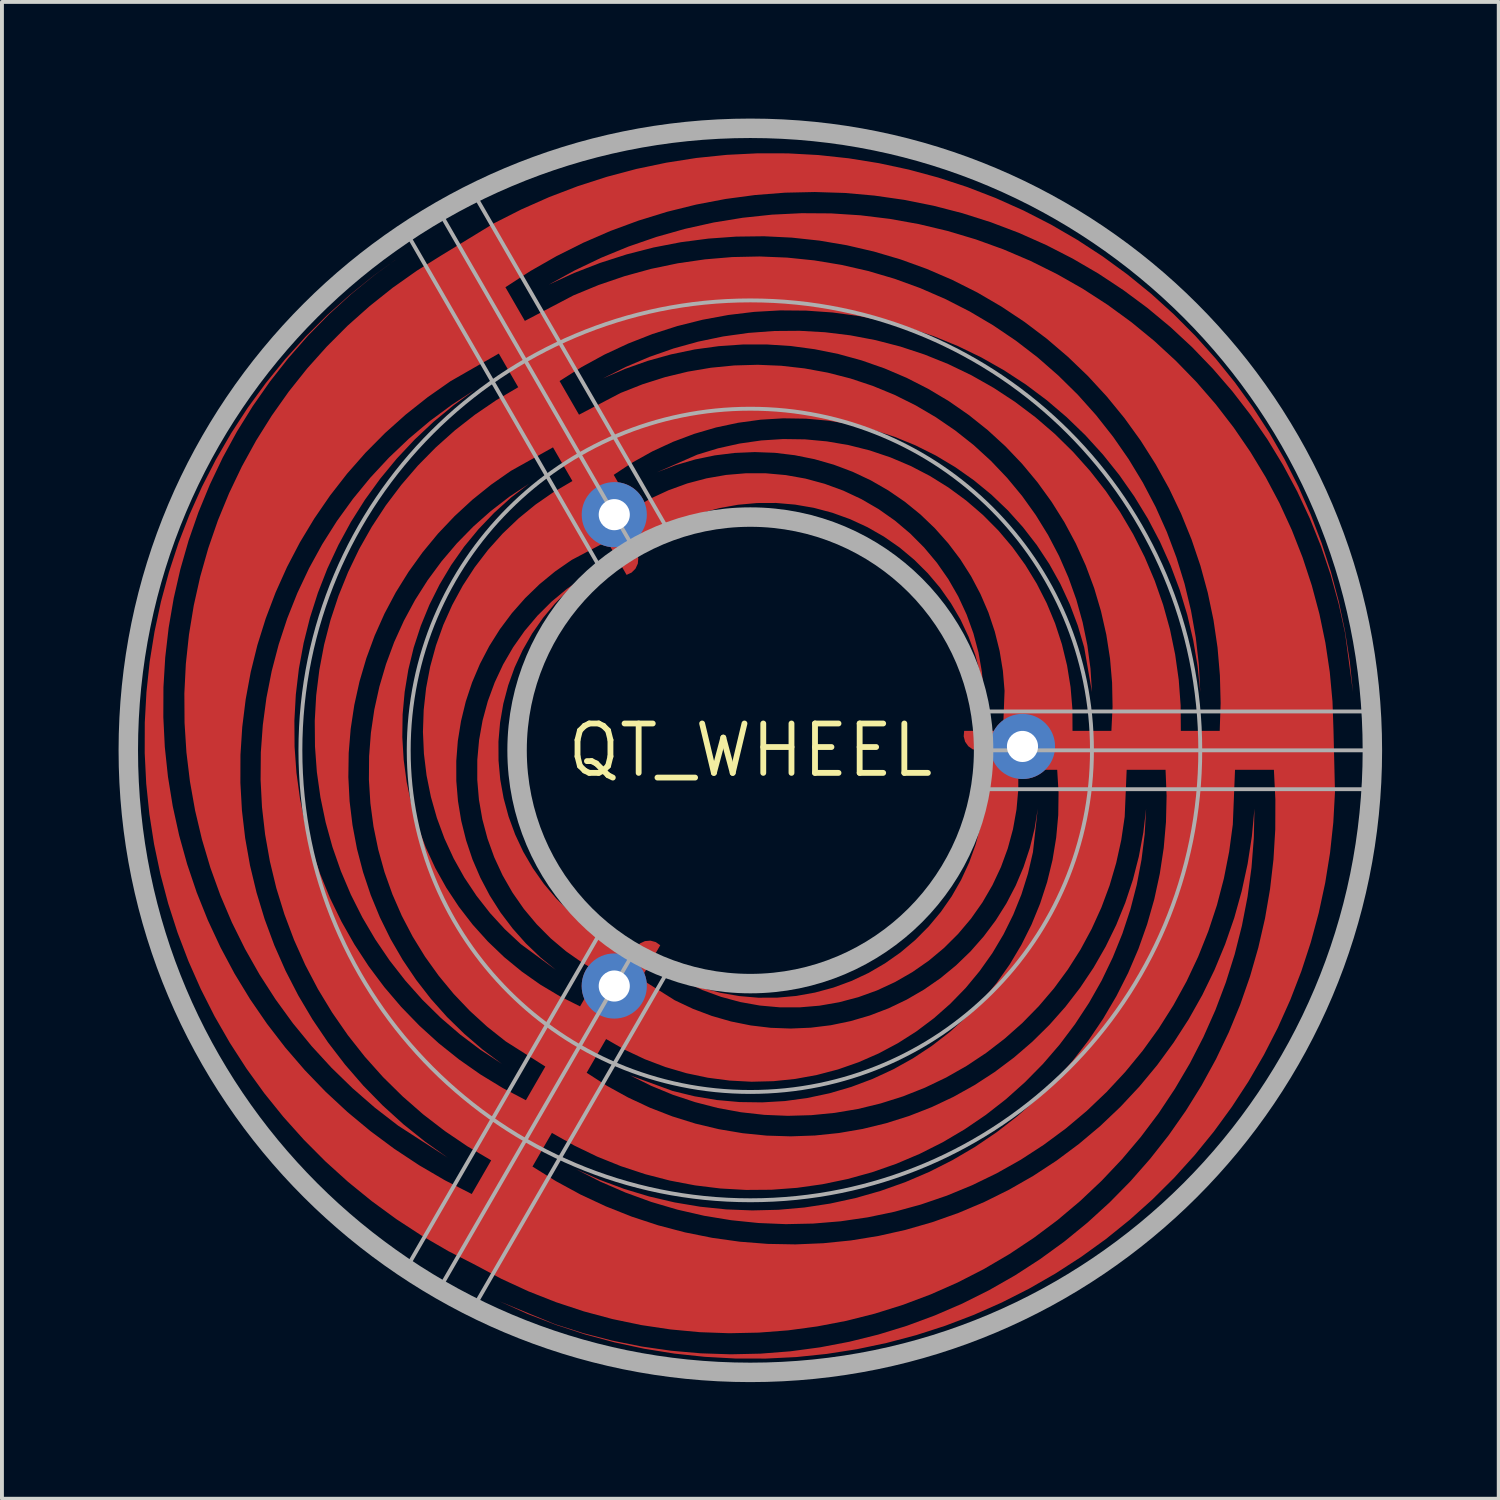
<source format=kicad_pcb>
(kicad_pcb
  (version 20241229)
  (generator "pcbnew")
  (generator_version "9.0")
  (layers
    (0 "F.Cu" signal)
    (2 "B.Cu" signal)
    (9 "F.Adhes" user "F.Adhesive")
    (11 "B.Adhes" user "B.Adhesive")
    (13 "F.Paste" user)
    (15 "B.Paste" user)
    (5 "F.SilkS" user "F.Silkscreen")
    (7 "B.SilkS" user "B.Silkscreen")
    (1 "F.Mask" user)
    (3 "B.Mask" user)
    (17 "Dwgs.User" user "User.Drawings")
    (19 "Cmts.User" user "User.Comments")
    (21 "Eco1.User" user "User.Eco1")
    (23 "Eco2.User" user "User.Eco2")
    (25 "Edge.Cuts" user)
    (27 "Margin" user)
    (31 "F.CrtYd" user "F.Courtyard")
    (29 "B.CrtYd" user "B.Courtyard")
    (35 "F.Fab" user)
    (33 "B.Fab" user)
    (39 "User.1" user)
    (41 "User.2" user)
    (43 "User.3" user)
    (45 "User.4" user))
  (footprint "QT_WHEEL"
    (layer "F.Cu")
    (at 16.25 16.25)
    (property "Reference" "QT_WHEEL" (at 0 0 0) (layer "F.SilkS") (effects (font (size 1.27 1.27) (thickness 0.15))))
    (attr through_hole)
    (fp_poly (pts (xy -3 -5.196) (xy -3 -5.196) (xy -2.599 -5.478) (xy -2.176 -5.725) (xy -1.732 -5.933) (xy -1.272 -6.102) (xy -0.799 -6.23) (xy -0.317 -6.317) (xy 0.171 -6.361) (xy 0.661 -6.363) (xy 1.149 -6.321) (xy 1.632 -6.238) (xy 2.106 -6.112) (xy 2.567 -5.946) (xy 3.012 -5.74) (xy 3.437 -5.497) (xy 3.839 -5.217) (xy 4.215 -4.903) (xy 4.563 -4.557) (xy 4.879 -4.183) (xy 5.161 -3.782) (xy 5.408 -3.359) (xy 5.616 -2.915) (xy 5.785 -2.455) (xy 5.913 -1.982) (xy 6 -1.5) (xy 6 -1.5) (xy 5.957 -2.011) (xy 5.869 -2.516) (xy 5.737 -3.011) (xy 5.563 -3.493) (xy 5.348 -3.958) (xy 5.093 -4.402) (xy 4.8 -4.823) (xy 4.471 -5.216) (xy 4.11 -5.579) (xy 3.718 -5.91) (xy 3.299 -6.205) (xy 2.856 -6.462) (xy 2.392 -6.68) (xy 1.911 -6.856) (xy 1.416 -6.99) (xy 0.911 -7.08) (xy 0.401 -7.126) (xy -0.111 -7.127) (xy -0.622 -7.084) (xy -1.127 -6.996) (xy -1.622 -6.865) (xy -2.104 -6.69) (xy -2.569 -6.475) (xy -3.014 -6.22) (xy -3.514 -7.086) (xy -3.514 -7.086) (xy -3.027 -7.407) (xy -2.518 -7.691) (xy -1.988 -7.936) (xy -1.442 -8.141) (xy -0.882 -8.305) (xy -0.312 -8.426) (xy 0.266 -8.505) (xy 0.848 -8.54) (xy 1.432 -8.531) (xy 2.012 -8.479) (xy 2.588 -8.383) (xy 3.155 -8.245) (xy 3.709 -8.065) (xy 4.249 -7.844) (xy 4.771 -7.583) (xy 5.271 -7.284) (xy 5.748 -6.948) (xy 6.199 -6.578) (xy 6.621 -6.175) (xy 7.011 -5.741) (xy 7.368 -5.28) (xy 7.689 -4.793) (xy 7.973 -4.284) (xy 8.218 -3.754) (xy 8.423 -3.208) (xy 8.587 -2.649) (xy 8.787 -1.5) (xy 8.787 -1.5) (xy 8.749 -2.103) (xy 8.669 -2.702) (xy 8.547 -3.294) (xy 8.385 -3.877) (xy 8.182 -4.446) (xy 7.94 -5) (xy 7.66 -5.535) (xy 7.343 -6.05) (xy 6.991 -6.542) (xy 6.606 -7.007) (xy 6.189 -7.445) (xy 5.743 -7.853) (xy 5.269 -8.228) (xy 4.77 -8.569) (xy 4.249 -8.875) (xy 3.708 -9.144) (xy 3.149 -9.374) (xy 2.575 -9.565) (xy 1.99 -9.715) (xy 1.395 -9.824) (xy 0.795 -9.892) (xy 0.191 -9.917) (xy -0.413 -9.9) (xy -1.015 -9.841) (xy -1.611 -9.74) (xy -2.198 -9.598) (xy -2.774 -9.415) (xy -3.336 -9.193) (xy -4.407 -8.633) (xy -4.907 -9.499) (xy -4.907 -9.499) (xy -4.34 -9.858) (xy -3.751 -10.18) (xy -3.143 -10.463) (xy -2.518 -10.708) (xy -1.878 -10.913) (xy -1.227 -11.076) (xy -0.568 -11.198) (xy 0.099 -11.278) (xy 0.769 -11.316) (xy 1.44 -11.31) (xy 2.11 -11.263) (xy 2.775 -11.173) (xy 3.433 -11.041) (xy 4.081 -10.867) (xy 4.717 -10.653) (xy 5.338 -10.399) (xy 5.942 -10.106) (xy 6.526 -9.775) (xy 7.088 -9.408) (xy 7.625 -9.006) (xy 8.136 -8.57) (xy 8.618 -8.104) (xy 9.07 -7.607) (xy 9.489 -7.083) (xy 9.874 -6.533) (xy 10.224 -5.96) (xy 10.536 -5.366) (xy 10.81 -4.754) (xy 11.045 -4.125) (xy 11.239 -3.483) (xy 11.392 -2.829) (xy 11.504 -2.168) (xy 11.573 -1.5) (xy 11.573 -1.5) (xy 11.537 -2.204) (xy 11.457 -2.904) (xy 11.334 -3.598) (xy 11.169 -4.284) (xy 10.961 -4.957) (xy 10.713 -5.617) (xy 10.425 -6.26) (xy 10.097 -6.885) (xy 9.732 -7.488) (xy 9.33 -8.067) (xy 8.894 -8.62) (xy 8.424 -9.146) (xy 7.922 -9.641) (xy 7.392 -10.105) (xy 6.833 -10.535) (xy 6.249 -10.93) (xy 5.642 -11.289) (xy 5.014 -11.609) (xy 4.368 -11.89) (xy 3.705 -12.131) (xy 3.029 -12.33) (xy 2.342 -12.487) (xy 1.647 -12.602) (xy 0.945 -12.674) (xy 0.241 -12.703) (xy -0.464 -12.688) (xy -1.166 -12.629) (xy -1.864 -12.528) (xy -2.554 -12.384) (xy -3.234 -12.197) (xy -3.901 -11.97) (xy -4.552 -11.701) (xy -5.8 -11.046) (xy -6.3 -11.912) (xy -6.3 -11.912) (xy -5.655 -12.33) (xy -4.987 -12.711) (xy -4.3 -13.055) (xy -3.595 -13.361) (xy -2.873 -13.627) (xy -2.139 -13.853) (xy -1.393 -14.038) (xy -0.638 -14.182) (xy 0.124 -14.284) (xy 0.891 -14.344) (xy 1.659 -14.361) (xy 2.427 -14.337) (xy 3.193 -14.269) (xy 3.954 -14.16) (xy 4.708 -14.009) (xy 5.452 -13.817) (xy 6.185 -13.584) (xy 6.903 -13.312) (xy 7.606 -12.999) (xy 8.29 -12.649) (xy 8.954 -12.262) (xy 9.595 -11.838) (xy 10.213 -11.38) (xy 10.804 -10.889) (xy 11.367 -10.366) (xy 11.9 -9.812) (xy 12.402 -9.23) (xy 12.872 -8.621) (xy 13.307 -7.988) (xy 13.706 -7.331) (xy 14.069 -6.653) (xy 14.394 -5.956) (xy 14.68 -5.243) (xy 14.926 -4.515) (xy 15.131 -3.774) (xy 15.296 -3.023) (xy 15.5 -1.5) (xy 15.5 -1.5) (xy 15.42 -2.281) (xy 15.298 -3.058) (xy 15.137 -3.826) (xy 14.935 -4.586) (xy 14.694 -5.333) (xy 14.414 -6.067) (xy 14.096 -6.786) (xy 13.741 -7.486) (xy 13.35 -8.168) (xy 12.923 -8.827) (xy 12.463 -9.464) (xy 11.97 -10.075) (xy 11.446 -10.66) (xy 10.891 -11.217) (xy 10.309 -11.744) (xy 9.699 -12.24) (xy 9.065 -12.703) (xy 8.407 -13.132) (xy 7.727 -13.527) (xy 7.028 -13.885) (xy 6.311 -14.206) (xy 5.579 -14.489) (xy 4.832 -14.733) (xy 4.074 -14.938) (xy 3.306 -15.103) (xy 2.53 -15.228) (xy 1.749 -15.312) (xy 0.965 -15.355) (xy 0.179 -15.356) (xy -0.606 -15.317) (xy -1.387 -15.237) (xy -2.163 -15.115) (xy -2.932 -14.954) (xy -3.691 -14.752) (xy -4.439 -14.511) (xy -5.173 -14.231) (xy -5.891 -13.913) (xy -6.592 -13.558) (xy -7.933 -12.74) (xy -8.577 -12.338) (xy -9.196 -11.901) (xy -9.79 -11.428) (xy -10.357 -10.924) (xy -10.893 -10.387) (xy -11.399 -9.822) (xy -11.872 -9.228) (xy -12.31 -8.609) (xy -12.713 -7.966) (xy -13.079 -7.301) (xy -13.406 -6.617) (xy -13.695 -5.915) (xy -13.943 -5.198) (xy -14.15 -4.468) (xy -14.316 -3.727) (xy -14.439 -2.979) (xy -14.52 -2.224) (xy -14.558 -1.466) (xy -14.553 -0.708) (xy -14.505 0.05) (xy -14.414 0.803) (xy -14.281 1.55) (xy -14.106 2.288) (xy -13.89 3.015) (xy -13.632 3.729) (xy -13.335 4.427) (xy -12.998 5.107) (xy -12.624 5.767) (xy -12.213 6.405) (xy -11.767 7.019) (xy -11.286 7.606) (xy -10.773 8.165) (xy -10.229 8.694) (xy -9.657 9.192) (xy -9.056 9.656) (xy -7.782 10.479) (xy -8.366 10.065) (xy -8.925 9.617) (xy -9.455 9.136) (xy -9.956 8.624) (xy -10.425 8.083) (xy -10.861 7.515) (xy -11.262 6.922) (xy -11.627 6.306) (xy -11.955 5.67) (xy -12.244 5.015) (xy -12.493 4.343) (xy -12.701 3.659) (xy -12.869 2.962) (xy -12.994 2.257) (xy -13.077 1.546) (xy -13.117 0.831) (xy -13.115 0.116) (xy -13.069 -0.599) (xy -12.981 -1.31) (xy -12.851 -2.014) (xy -12.679 -2.709) (xy -12.465 -3.392) (xy -12.211 -4.061) (xy -11.918 -4.714) (xy -11.586 -5.349) (xy -11.216 -5.962) (xy -10.811 -6.552) (xy -10.371 -7.117) (xy -9.898 -7.655) (xy -9.394 -8.163) (xy -8.86 -8.64) (xy -8.299 -9.084) (xy -7.712 -9.495) (xy -6.47 -10.206) (xy -5.97 -9.34) (xy -5.97 -9.34) (xy -6.537 -9.006) (xy -7.08 -8.636) (xy -7.599 -8.231) (xy -8.089 -7.793) (xy -8.551 -7.324) (xy -8.98 -6.825) (xy -9.376 -6.3) (xy -9.737 -5.75) (xy -10.061 -5.178) (xy -10.346 -4.585) (xy -10.593 -3.975) (xy -10.799 -3.351) (xy -10.964 -2.714) (xy -11.086 -2.068) (xy -11.167 -1.415) (xy -11.204 -0.758) (xy -11.198 -0.1) (xy -11.15 0.556) (xy -11.058 1.207) (xy -10.924 1.851) (xy -10.749 2.485) (xy -10.532 3.106) (xy -10.275 3.712) (xy -9.979 4.299) (xy -9.645 4.866) (xy -9.275 5.41) (xy -8.87 5.928) (xy -8.432 6.419) (xy -7.963 6.88) (xy -7.464 7.309) (xy -6.939 7.705) (xy -6.389 8.066) (xy -6.389 8.066) (xy -6.887 7.696) (xy -7.358 7.292) (xy -7.802 6.858) (xy -8.215 6.395) (xy -8.595 5.905) (xy -8.942 5.39) (xy -9.254 4.853) (xy -9.528 4.296) (xy -9.764 3.723) (xy -9.961 3.134) (xy -10.118 2.534) (xy -10.233 1.924) (xy -10.308 1.308) (xy -10.34 0.688) (xy -10.331 0.068) (xy -10.28 -0.551) (xy -10.187 -1.165) (xy -10.053 -1.77) (xy -9.878 -2.366) (xy -9.664 -2.948) (xy -9.411 -3.515) (xy -9.12 -4.063) (xy -8.792 -4.59) (xy -8.43 -5.094) (xy -8.035 -5.573) (xy -7.608 -6.023) (xy -7.152 -6.444) (xy -6.668 -6.833) (xy -6.16 -7.188) (xy -5.076 -7.793) (xy -4.576 -6.926) (xy -4.576 -6.927) (xy -5.063 -6.642) (xy -5.526 -6.321) (xy -5.962 -5.965) (xy -6.37 -5.576) (xy -6.747 -5.156) (xy -7.089 -4.709) (xy -7.397 -4.236) (xy -7.666 -3.742) (xy -7.897 -3.227) (xy -8.086 -2.697) (xy -8.235 -2.153) (xy -8.34 -1.599) (xy -8.402 -1.039) (xy -8.421 -0.476) (xy -8.396 0.087) (xy -8.328 0.646) (xy -8.216 1.199) (xy -8.062 1.741) (xy -7.867 2.269) (xy -7.631 2.781) (xy -7.356 3.273) (xy -7.043 3.742) (xy -6.696 4.185) (xy -6.315 4.601) (xy -5.903 4.985) (xy -4.996 5.653) (xy -4.996 5.653) (xy -5.397 5.327) (xy -5.77 4.97) (xy -6.113 4.584) (xy -6.425 4.172) (xy -6.702 3.736) (xy -6.943 3.279) (xy -7.147 2.805) (xy -7.311 2.315) (xy -7.436 1.814) (xy -7.52 1.304) (xy -7.563 0.789) (xy -7.564 0.273) (xy -7.524 -0.242) (xy -7.442 -0.752) (xy -7.32 -1.254) (xy -7.158 -1.744) (xy -6.956 -2.22) (xy -6.717 -2.678) (xy -6.442 -3.115) (xy -6.133 -3.529) (xy -5.791 -3.916) (xy -5.42 -4.275) (xy -5.02 -4.603) (xy -4.596 -4.897) (xy -3.683 -5.379) (xy -3.183 -4.513) (xy -3.183 -4.513) (xy -3.054 -4.573) (xy -2.954 -4.673) (xy -2.894 -4.802) (xy -2.882 -4.943)) (stroke (width 0) (type solid)) (fill yes) (layer "F.Cu"))
    (fp_poly (pts (xy 6 0) (xy 6 -0.000002) (xy 6.044 0.488) (xy 6.046 0.978) (xy 6.004 1.466) (xy 5.921 1.949) (xy 5.795 2.423) (xy 5.629 2.884) (xy 5.423 3.329) (xy 5.18 3.754) (xy 4.9 4.156) (xy 4.586 4.532) (xy 4.24 4.88) (xy 3.866 5.196) (xy 3.465 5.478) (xy 3.042 5.725) (xy 2.598 5.933) (xy 2.138 6.102) (xy 1.665 6.23) (xy 1.183 6.317) (xy 0.695 6.361) (xy 0.205 6.363) (xy -0.283 6.321) (xy -0.766 6.238) (xy -1.24 6.112) (xy -1.701 5.946) (xy -1.701 5.946) (xy -1.237 6.164) (xy -0.756 6.34) (xy -0.261 6.474) (xy 0.243 6.564) (xy 0.754 6.61) (xy 1.266 6.611) (xy 1.777 6.568) (xy 2.282 6.48) (xy 2.777 6.349) (xy 3.259 6.175) (xy 3.724 5.959) (xy 4.168 5.704) (xy 4.589 5.411) (xy 4.982 5.083) (xy 5.345 4.721) (xy 5.676 4.329) (xy 5.971 3.91) (xy 6.228 3.467) (xy 6.446 3.003) (xy 6.622 2.522) (xy 6.756 2.027) (xy 6.846 1.523) (xy 6.892 1.012) (xy 6.893 0.5) (xy 7.893 0.5) (xy 7.893 0.5) (xy 7.928 1.082) (xy 7.92 1.665) (xy 7.867 2.246) (xy 7.772 2.822) (xy 7.634 3.388) (xy 7.453 3.943) (xy 7.232 4.483) (xy 6.971 5.005) (xy 6.672 5.505) (xy 6.337 5.982) (xy 5.966 6.433) (xy 5.563 6.854) (xy 5.13 7.245) (xy 4.668 7.602) (xy 4.182 7.923) (xy 3.672 8.207) (xy 3.143 8.452) (xy 2.597 8.657) (xy 2.037 8.821) (xy 1.467 8.942) (xy 0.889 9.021) (xy 0.306 9.055) (xy -0.277 9.047) (xy -0.858 8.995) (xy -1.433 8.899) (xy -2 8.761) (xy -3.094 8.36) (xy -3.094 8.36) (xy -2.553 8.628) (xy -1.994 8.859) (xy -1.421 9.049) (xy -0.835 9.2) (xy -0.241 9.309) (xy 0.36 9.376) (xy 0.964 9.401) (xy 1.568 9.384) (xy 2.17 9.325) (xy 2.766 9.225) (xy 3.353 9.082) (xy 3.929 8.9) (xy 4.491 8.677) (xy 5.036 8.416) (xy 5.562 8.117) (xy 6.065 7.783) (xy 6.544 7.414) (xy 6.996 7.013) (xy 7.419 6.581) (xy 7.811 6.121) (xy 8.169 5.634) (xy 8.493 5.124) (xy 8.78 4.592) (xy 9.03 4.042) (xy 9.241 3.475) (xy 9.411 2.895) (xy 9.541 2.305) (xy 9.629 1.707) (xy 9.68 0.5) (xy 10.68 0.5) (xy 10.707 1.171) (xy 10.691 1.842) (xy 10.633 2.51) (xy 10.532 3.174) (xy 10.39 3.83) (xy 10.206 4.475) (xy 9.982 5.108) (xy 9.718 5.725) (xy 9.415 6.324) (xy 9.075 6.902) (xy 8.699 7.458) (xy 8.289 7.989) (xy 7.845 8.493) (xy 7.371 8.968) (xy 6.867 9.411) (xy 6.337 9.822) (xy 5.781 10.199) (xy 5.202 10.539) (xy 4.604 10.842) (xy 3.987 11.106) (xy 3.354 11.331) (xy 2.709 11.515) (xy 2.053 11.658) (xy 1.39 11.759) (xy 0.721 11.818) (xy 0.05 11.834) (xy -0.62 11.808) (xy -1.288 11.739) (xy -1.95 11.628) (xy -2.603 11.475) (xy -3.246 11.281) (xy -3.875 11.047) (xy -4.488 10.773) (xy -3.86 11.093) (xy -3.213 11.374) (xy -2.551 11.615) (xy -1.875 11.814) (xy -1.187 11.972) (xy -0.492 12.086) (xy 0.209 12.158) (xy 0.914 12.187) (xy 1.618 12.172) (xy 2.321 12.114) (xy 3.019 12.012) (xy 3.709 11.868) (xy 4.388 11.682) (xy 5.055 11.454) (xy 5.707 11.185) (xy 6.341 10.877) (xy 6.955 10.531) (xy 7.546 10.147) (xy 8.113 9.728) (xy 8.653 9.274) (xy 9.163 8.788) (xy 9.643 8.272) (xy 10.091 7.727) (xy 10.503 7.156) (xy 10.88 6.56) (xy 11.22 5.942) (xy 11.52 5.305) (xy 11.781 4.65) (xy 12.002 3.98) (xy 12.18 3.298) (xy 12.316 2.607) (xy 12.41 1.908) (xy 12.467 0.5) (xy 13.467 0.5) (xy 13.505 1.268) (xy 13.502 2.036) (xy 13.456 2.804) (xy 13.368 3.567) (xy 13.238 4.325) (xy 13.066 5.074) (xy 12.854 5.813) (xy 12.601 6.539) (xy 12.308 7.25) (xy 11.977 7.943) (xy 11.608 8.617) (xy 11.202 9.27) (xy 10.761 9.9) (xy 10.286 10.504) (xy 9.779 11.082) (xy 9.24 11.63) (xy 8.672 12.148) (xy 8.077 12.634) (xy 7.455 13.086) (xy 6.81 13.504) (xy 6.142 13.885) (xy 5.455 14.229) (xy 4.749 14.534) (xy 4.028 14.801) (xy 3.293 15.027) (xy 2.547 15.212) (xy 1.792 15.356) (xy 1.03 15.458) (xy 0.264 15.518) (xy -0.504 15.535) (xy -1.273 15.51) (xy -2.038 15.443) (xy -2.799 15.334) (xy -3.553 15.183) (xy -4.297 14.991) (xy -5.03 14.758) (xy -6.451 14.173) (xy -6.451 14.173) (xy -5.734 14.495) (xy -5.001 14.778) (xy -4.255 15.022) (xy -3.496 15.227) (xy -2.728 15.392) (xy -1.953 15.517) (xy -1.172 15.6) (xy -0.387 15.643) (xy 0.398 15.645) (xy 1.183 15.606) (xy 1.964 15.525) (xy 2.741 15.404) (xy 3.509 15.242) (xy 4.269 15.041) (xy 5.016 14.8) (xy 5.75 14.52) (xy 6.469 14.202) (xy 7.169 13.847) (xy 7.851 13.455) (xy 8.51 13.029) (xy 9.147 12.569) (xy 9.758 12.076) (xy 10.343 11.551) (xy 10.9 10.997) (xy 11.427 10.414) (xy 11.923 9.805) (xy 12.386 9.17) (xy 12.815 8.513) (xy 13.21 7.833) (xy 13.568 7.134) (xy 13.889 6.417) (xy 14.172 5.684) (xy 14.416 4.938) (xy 14.621 4.179) (xy 14.786 3.411) (xy 14.911 2.636) (xy 14.995 1.855) (xy 15.038 1.07) (xy 15 -0.5) (xy 15 -0.5) (xy 14.974 -1.258) (xy 14.904 -2.014) (xy 14.792 -2.764) (xy 14.638 -3.507) (xy 14.442 -4.24) (xy 14.205 -4.961) (xy 13.928 -5.667) (xy 13.611 -6.357) (xy 13.255 -7.027) (xy 12.862 -7.676) (xy 12.433 -8.302) (xy 11.97 -8.903) (xy 11.473 -9.476) (xy 10.944 -10.02) (xy 10.386 -10.534) (xy 9.799 -11.015) (xy 9.186 -11.462) (xy 8.549 -11.874) (xy 7.889 -12.249) (xy 7.21 -12.587) (xy 6.512 -12.885) (xy 5.798 -13.143) (xy 5.071 -13.36) (xy 4.333 -13.536) (xy 3.587 -13.67) (xy 2.833 -13.762) (xy 2.076 -13.811) (xy 1.317 -13.816) (xy 0.559 -13.779) (xy -0.195 -13.699) (xy -0.944 -13.577) (xy -1.685 -13.412) (xy -2.415 -13.206) (xy -3.132 -12.959) (xy -3.834 -12.671) (xy -4.519 -12.344) (xy -5.184 -11.979) (xy -5.184 -11.979) (xy -4.534 -12.278) (xy -3.866 -12.537) (xy -3.184 -12.756) (xy -2.491 -12.934) (xy -1.788 -13.07) (xy -1.078 -13.163) (xy -0.364 -13.214) (xy 0.352 -13.223) (xy 1.067 -13.188) (xy 1.779 -13.111) (xy 2.485 -12.991) (xy 3.182 -12.829) (xy 3.869 -12.626) (xy 4.542 -12.382) (xy 5.199 -12.098) (xy 5.839 -11.776) (xy 6.457 -11.415) (xy 7.053 -11.019) (xy 7.625 -10.587) (xy 8.169 -10.122) (xy 8.685 -9.626) (xy 9.17 -9.099) (xy 9.623 -8.545) (xy 10.042 -7.964) (xy 10.425 -7.359) (xy 10.772 -6.733) (xy 11.08 -6.086) (xy 11.349 -5.423) (xy 11.578 -4.745) (xy 11.766 -4.054) (xy 11.913 -3.353) (xy 12.017 -2.645) (xy 12.078 -1.931) (xy 12.097 -1.216) (xy 12.073 -0.5) (xy 11.073 -0.5) (xy 11.073 -0.5) (xy 11.068 -1.158) (xy 11.019 -1.814) (xy 10.927 -2.465) (xy 10.794 -3.109) (xy 10.618 -3.743) (xy 10.401 -4.364) (xy 10.144 -4.97) (xy 9.848 -5.557) (xy 9.514 -6.124) (xy 9.144 -6.668) (xy 8.739 -7.186) (xy 8.301 -7.677) (xy 7.832 -8.138) (xy 7.334 -8.567) (xy 6.808 -8.963) (xy 6.258 -9.324) (xy 5.686 -9.648) (xy 5.093 -9.934) (xy 4.483 -10.18) (xy 3.859 -10.386) (xy 3.222 -10.551) (xy 2.576 -10.674) (xy 1.923 -10.754) (xy 1.266 -10.791) (xy 0.608 -10.786) (xy -0.048 -10.737) (xy -0.699 -10.646) (xy -1.343 -10.512) (xy -1.977 -10.336) (xy -2.598 -10.119) (xy -3.204 -9.862) (xy -3.791 -9.566) (xy -3.791 -9.566) (xy -3.221 -9.812) (xy -2.636 -10.019) (xy -2.038 -10.185) (xy -1.431 -10.312) (xy -0.816 -10.396) (xy -0.197 -10.439) (xy 0.424 -10.44) (xy 1.043 -10.4) (xy 1.658 -10.317) (xy 2.266 -10.194) (xy 2.865 -10.029) (xy 3.451 -9.824) (xy 4.021 -9.581) (xy 4.574 -9.299) (xy 5.107 -8.981) (xy 5.617 -8.627) (xy 6.102 -8.24) (xy 6.56 -7.821) (xy 6.988 -7.372) (xy 7.385 -6.895) (xy 7.749 -6.392) (xy 8.079 -5.866) (xy 8.372 -5.319) (xy 8.627 -4.754) (xy 8.844 -4.172) (xy 9.02 -3.577) (xy 9.157 -2.972) (xy 9.252 -2.359) (xy 9.305 -1.74) (xy 9.317 -1.12) (xy 9.287 -0.5) (xy 8.287 -0.5) (xy 8.284 -1.064) (xy 8.237 -1.625) (xy 8.147 -2.181) (xy 8.014 -2.729) (xy 7.839 -3.265) (xy 7.623 -3.785) (xy 7.367 -4.287) (xy 7.073 -4.768) (xy 6.743 -5.225) (xy 6.379 -5.655) (xy 5.982 -6.055) (xy 5.555 -6.423) (xy 5.101 -6.757) (xy 4.623 -7.055) (xy 4.123 -7.315) (xy 3.604 -7.535) (xy 3.07 -7.715) (xy 2.524 -7.852) (xy 1.968 -7.947) (xy 1.407 -7.999) (xy 0.843 -8.007) (xy 0.281 -7.971) (xy -0.277 -7.891) (xy -0.827 -7.769) (xy -1.366 -7.605) (xy -2.398 -7.153) (xy -1.915 -7.337) (xy -1.419 -7.482) (xy -0.913 -7.587) (xy -0.401 -7.65) (xy 0.115 -7.672) (xy 0.632 -7.653) (xy 1.144 -7.591) (xy 1.651 -7.489) (xy 2.147 -7.347) (xy 2.631 -7.165) (xy 3.098 -6.945) (xy 3.546 -6.687) (xy 3.972 -6.395) (xy 4.373 -6.069) (xy 4.746 -5.712) (xy 5.089 -5.326) (xy 5.401 -4.914) (xy 5.678 -4.478) (xy 5.919 -4.021) (xy 6.123 -3.547) (xy 6.287 -3.057) (xy 6.412 -2.556) (xy 6.496 -2.046) (xy 6.539 -1.532) (xy 6.5 -0.5) (xy 5.5 -0.5) (xy 5.5 -0.5) (xy 5.488 -0.359) (xy 5.524 -0.222) (xy 5.606 -0.106) (xy 5.722 -0.024)) (stroke (width 0) (type solid)) (fill yes) (layer "F.Cu"))
    (fp_poly (pts (xy -3 5.196) (xy -3 5.196) (xy -3.445 4.99) (xy -3.87 4.747) (xy -4.272 4.467) (xy -4.649 4.153) (xy -4.996 3.807) (xy -5.312 3.433) (xy -5.594 3.032) (xy -5.841 2.609) (xy -6.049 2.165) (xy -6.218 1.705) (xy -6.346 1.232) (xy -6.433 0.75) (xy -6.477 0.262) (xy -6.479 -0.228) (xy -6.437 -0.716) (xy -6.354 -1.199) (xy -6.228 -1.673) (xy -6.062 -2.134) (xy -5.856 -2.579) (xy -5.613 -3.004) (xy -5.333 -3.406) (xy -5.019 -3.783) (xy -4.673 -4.13) (xy -4.299 -4.446) (xy -4.299 -4.446) (xy -4.719 -4.153) (xy -5.113 -3.825) (xy -5.476 -3.463) (xy -5.806 -3.072) (xy -6.101 -2.652) (xy -6.359 -2.209) (xy -6.576 -1.745) (xy -6.753 -1.264) (xy -6.887 -0.77) (xy -6.977 -0.265) (xy -7.023 0.245) (xy -7.024 0.758) (xy -6.981 1.268) (xy -6.893 1.773) (xy -6.761 2.269) (xy -6.587 2.751) (xy -6.372 3.216) (xy -6.117 3.66) (xy -5.824 4.081) (xy -5.495 4.474) (xy -5.134 4.837) (xy -4.742 5.168) (xy -4.323 5.462) (xy -3.88 5.72) (xy -4.38 6.586) (xy -4.901 6.325) (xy -5.402 6.026) (xy -5.879 5.69) (xy -6.33 5.32) (xy -6.751 4.917) (xy -7.142 4.483) (xy -7.498 4.022) (xy -7.82 3.535) (xy -8.104 3.026) (xy -8.349 2.497) (xy -8.554 1.95) (xy -8.718 1.391) (xy -8.839 0.82) (xy -8.917 0.242) (xy -8.952 -0.34) (xy -8.944 -0.923) (xy -8.891 -1.504) (xy -8.796 -2.08) (xy -8.658 -2.646) (xy -8.477 -3.201) (xy -8.256 -3.741) (xy -7.995 -4.262) (xy -7.696 -4.763) (xy -7.361 -5.24) (xy -6.99 -5.691) (xy -6.587 -6.112) (xy -6.154 -6.503) (xy -5.692 -6.859) (xy -6.196 -6.525) (xy -6.675 -6.156) (xy -7.127 -5.755) (xy -7.55 -5.323) (xy -7.941 -4.863) (xy -8.3 -4.376) (xy -8.624 -3.866) (xy -8.911 -3.334) (xy -9.161 -2.784) (xy -9.371 -2.217) (xy -9.542 -1.637) (xy -9.672 -1.047) (xy -9.76 -0.449) (xy -9.806 0.153) (xy -9.811 0.758) (xy -9.773 1.361) (xy -9.693 1.96) (xy -9.571 2.552) (xy -9.409 3.134) (xy -9.206 3.704) (xy -8.964 4.258) (xy -8.684 4.793) (xy -8.367 5.308) (xy -8.015 5.799) (xy -7.63 6.265) (xy -7.213 6.703) (xy -6.767 7.11) (xy -6.293 7.486) (xy -5.273 8.133) (xy -5.773 8.999) (xy -5.773 8.999) (xy -6.367 8.687) (xy -6.94 8.338) (xy -7.49 7.953) (xy -8.015 7.534) (xy -8.511 7.083) (xy -8.979 6.601) (xy -9.414 6.091) (xy -9.817 5.553) (xy -10.184 4.992) (xy -10.515 4.408) (xy -10.809 3.805) (xy -11.063 3.184) (xy -11.278 2.548) (xy -11.452 1.899) (xy -11.584 1.241) (xy -11.675 0.576) (xy -11.723 -0.093) (xy -11.728 -0.764) (xy -11.691 -1.434) (xy -11.612 -2.101) (xy -11.49 -2.761) (xy -11.327 -3.412) (xy -11.123 -4.051) (xy -10.879 -4.676) (xy -10.595 -5.284) (xy -10.274 -5.874) (xy -9.916 -6.441) (xy -9.522 -6.985) (xy -9.095 -7.503) (xy -8.636 -7.992) (xy -8.147 -8.452) (xy -7.629 -8.879) (xy -7.086 -9.273) (xy -7.086 -9.273) (xy -7.677 -8.889) (xy -8.244 -8.47) (xy -8.783 -8.016) (xy -9.294 -7.53) (xy -9.774 -7.014) (xy -10.221 -6.469) (xy -10.634 -5.898) (xy -11.011 -5.302) (xy -11.35 -4.684) (xy -11.651 -4.047) (xy -11.912 -3.392) (xy -12.132 -2.722) (xy -12.311 -2.04) (xy -12.447 -1.349) (xy -12.54 -0.65) (xy -12.591 0.053) (xy -12.597 0.758) (xy -12.561 1.462) (xy -12.481 2.162) (xy -12.358 2.856) (xy -12.193 3.542) (xy -11.985 4.215) (xy -11.737 4.875) (xy -11.449 5.518) (xy -11.121 6.143) (xy -10.756 6.745) (xy -10.354 7.325) (xy -9.918 7.878) (xy -9.448 8.404) (xy -8.946 8.899) (xy -8.416 9.363) (xy -7.857 9.793) (xy -7.273 10.188) (xy -6.666 10.546) (xy -7.166 11.412) (xy -7.166 11.412) (xy -7.851 11.062) (xy -8.514 10.675) (xy -9.156 10.251) (xy -9.773 9.793) (xy -10.364 9.302) (xy -10.927 8.779) (xy -11.461 8.225) (xy -11.963 7.643) (xy -12.432 7.034) (xy -12.867 6.401) (xy -13.267 5.744) (xy -13.629 5.066) (xy -13.954 4.369) (xy -14.24 3.656) (xy -14.486 2.928) (xy -14.692 2.187) (xy -14.857 1.436) (xy -14.98 0.677) (xy -15.061 -0.087) (xy -15.099 -0.855) (xy -15.096 -1.623) (xy -15.05 -2.391) (xy -14.962 -3.154) (xy -14.832 -3.912) (xy -14.66 -4.661) (xy -14.448 -5.4) (xy -14.195 -6.126) (xy -13.902 -6.836) (xy -13.571 -7.53) (xy -13.202 -8.204) (xy -12.796 -8.857) (xy -12.355 -9.487) (xy -11.88 -10.091) (xy -11.373 -10.669) (xy -10.834 -11.217) (xy -10.266 -11.735) (xy -9.67 -12.221) (xy -9.049 -12.673) (xy -9.686 -12.213) (xy -10.297 -11.72) (xy -10.882 -11.196) (xy -11.439 -10.641) (xy -11.966 -10.059) (xy -12.461 -9.449) (xy -12.925 -8.815) (xy -13.354 -8.157) (xy -13.748 -7.477) (xy -14.106 -6.778) (xy -14.427 -6.061) (xy -14.711 -5.329) (xy -14.955 -4.582) (xy -15.16 -3.824) (xy -15.325 -3.056) (xy -15.45 -2.28) (xy -15.533 -1.499) (xy -15.576 -0.715) (xy -15.578 0.071) (xy -15.539 0.856) (xy -15.458 1.637) (xy -15.337 2.413) (xy -15.175 3.182) (xy -14.974 3.941) (xy -14.733 4.689) (xy -14.453 5.423) (xy -14.135 6.141) (xy -13.78 6.842) (xy -13.388 7.523) (xy -12.962 8.183) (xy -12.502 8.82) (xy -12.009 9.431) (xy -11.484 10.016) (xy -10.93 10.573) (xy -10.347 11.1) (xy -9.738 11.595) (xy -9.104 12.059) (xy -8.446 12.488) (xy -7.766 12.882) (xy -7.067 13.24) (xy -7.067 13.24) (xy -6.397 13.597) (xy -5.708 13.915) (xy -5.002 14.193) (xy -4.282 14.431) (xy -3.549 14.628) (xy -2.806 14.783) (xy -2.056 14.895) (xy -1.3 14.966) (xy -0.542 14.993) (xy 0.217 14.977) (xy 0.973 14.919) (xy 1.725 14.817) (xy 2.47 14.674) (xy 3.206 14.488) (xy 3.93 14.261) (xy 4.64 13.994) (xy 5.334 13.687) (xy 6.009 13.341) (xy 6.664 12.957) (xy 7.295 12.537) (xy 7.903 12.082) (xy 8.483 11.593) (xy 9.035 11.072) (xy 9.556 10.521) (xy 10.046 9.941) (xy 10.502 9.335) (xy 10.922 8.703) (xy 11.307 8.049) (xy 11.654 7.374) (xy 11.962 6.681) (xy 12.23 5.971) (xy 12.458 5.247) (xy 12.644 4.512) (xy 12.789 3.767) (xy 12.891 3.015) (xy 12.95 2.259) (xy 12.967 1.5) (xy 12.967 1.5) (xy 12.9 2.213) (xy 12.791 2.92) (xy 12.639 3.62) (xy 12.447 4.31) (xy 12.213 4.986) (xy 11.939 5.648) (xy 11.626 6.292) (xy 11.275 6.916) (xy 10.887 7.518) (xy 10.465 8.096) (xy 10.008 8.647) (xy 9.519 9.17) (xy 9 9.663) (xy 8.452 10.124) (xy 7.878 10.552) (xy 7.279 10.944) (xy 6.657 11.3) (xy 6.016 11.618) (xy 5.357 11.897) (xy 4.682 12.136) (xy 3.994 12.334) (xy 3.295 12.491) (xy 2.588 12.606) (xy 1.876 12.678) (xy 1.161 12.708) (xy 0.445 12.695) (xy -0.269 12.639) (xy -0.978 12.54) (xy -1.68 12.399) (xy -2.372 12.217) (xy -3.053 11.993) (xy -3.718 11.729) (xy -4.367 11.426) (xy -4.996 11.084) (xy -5.604 10.706) (xy -5.104 9.84) (xy -5.104 9.84) (xy -4.531 10.164) (xy -3.939 10.45) (xy -3.329 10.696) (xy -2.704 10.902) (xy -2.067 11.067) (xy -1.421 11.19) (xy -0.768 11.27) (xy -0.111 11.307) (xy 0.546 11.302) (xy 1.202 11.253) (xy 1.854 11.161) (xy 2.498 11.027) (xy 3.132 10.852) (xy 3.753 10.635) (xy 4.358 10.378) (xy 4.946 10.082) (xy 5.512 9.748) (xy 6.056 9.378) (xy 6.575 8.973) (xy 7.065 8.535) (xy 7.527 8.066) (xy 7.956 7.568) (xy 8.352 7.042) (xy 8.713 6.492) (xy 9.037 5.92) (xy 9.322 5.327) (xy 9.569 4.717) (xy 9.775 4.093) (xy 9.94 3.456) (xy 10.062 2.81) (xy 10.143 2.157) (xy 10.18 1.5) (xy 10.108 2.116) (xy 9.994 2.727) (xy 9.84 3.328) (xy 9.645 3.917) (xy 9.411 4.492) (xy 9.139 5.049) (xy 8.83 5.587) (xy 8.485 6.103) (xy 8.106 6.595) (xy 7.695 7.059) (xy 7.253 7.495) (xy 6.783 7.9) (xy 6.286 8.273) (xy 5.766 8.611) (xy 5.224 8.913) (xy 4.663 9.178) (xy 4.085 9.404) (xy 3.493 9.591) (xy 2.89 9.738) (xy 2.279 9.843) (xy 1.661 9.907) (xy 1.041 9.929) (xy 0.421 9.91) (xy -0.197 9.848) (xy -0.809 9.745) (xy -1.412 9.601) (xy -2.005 9.416) (xy -2.583 9.192) (xy -3.145 8.929) (xy -3.689 8.629) (xy -4.21 8.293) (xy -3.71 7.426) (xy -3.71 7.426) (xy -3.221 7.706) (xy -2.711 7.946) (xy -2.184 8.146) (xy -1.643 8.305) (xy -1.092 8.421) (xy -0.533 8.494) (xy 0.029 8.524) (xy 0.593 8.51) (xy 1.153 8.452) (xy 1.708 8.351) (xy 2.253 8.208) (xy 2.785 8.022) (xy 3.301 7.796) (xy 3.798 7.531) (xy 4.273 7.228) (xy 4.724 6.889) (xy 5.146 6.516) (xy 5.539 6.112) (xy 5.898 5.678) (xy 6.224 5.218) (xy 6.512 4.734) (xy 6.762 4.229) (xy 6.973 3.706) (xy 7.142 3.168) (xy 7.269 2.619) (xy 7.393 1.5) (xy 7.393 1.5) (xy 7.312 2.01) (xy 7.189 2.512) (xy 7.027 3.002) (xy 6.826 3.478) (xy 6.587 3.936) (xy 6.312 4.373) (xy 6.002 4.787) (xy 5.661 5.174) (xy 5.289 5.533) (xy 4.89 5.861) (xy 4.465 6.155) (xy 4.018 6.414) (xy 3.552 6.637) (xy 3.07 6.821) (xy 2.574 6.966) (xy 2.068 7.071) (xy 1.555 7.134) (xy 1.039 7.156) (xy 0.523 7.137) (xy 0.01 7.076) (xy -0.496 6.974) (xy -0.993 6.831) (xy -1.476 6.649) (xy -1.943 6.429) (xy -2.817 5.879) (xy -2.317 5.013) (xy -2.433 4.932) (xy -2.57 4.895) (xy -2.711 4.907) (xy -2.84 4.967)) (stroke (width 0) (type solid)) (fill yes) (layer "F.Cu"))
    (fp_line (start -3.866 -4.696) (end -8.866 -13.356) (stroke (width 0.1) (type solid)) (layer "F.Fab"))
    (fp_line (start -3.866 4.696) (end -8.866 13.356) (stroke (width 0.1) (type solid)) (layer "F.Fab"))
    (fp_line (start -3 -5.196) (end -8 -13.856) (stroke (width 0.1) (type solid)) (layer "F.Fab"))
    (fp_line (start -3 5.196) (end -8 13.856) (stroke (width 0.1) (type solid)) (layer "F.Fab"))
    (fp_line (start -2.134 -5.696) (end -7.134 -14.356) (stroke (width 0.1) (type solid)) (layer "F.Fab"))
    (fp_line (start -2.134 5.696) (end -7.134 14.356) (stroke (width 0.1) (type solid)) (layer "F.Fab"))
    (fp_line (start 6 -1) (end 16 -1) (stroke (width 0.1) (type solid)) (layer "F.Fab"))
    (fp_line (start 6 0) (end 16 0) (stroke (width 0.1) (type solid)) (layer "F.Fab"))
    (fp_line (start 6 1) (end 16 1) (stroke (width 0.1) (type solid)) (layer "F.Fab"))
    (fp_circle (center 0 0) (end 6 0) (stroke (width 0.5) (type solid)) (fill no) (layer "F.Fab"))
    (fp_circle (center 0 0) (end 8.787 0) (stroke (width 0.1) (type solid)) (fill no) (layer "F.Fab"))
    (fp_circle (center 0 0) (end 11.573 0) (stroke (width 0.1) (type solid)) (fill no) (layer "F.Fab"))
    (fp_circle (center 0 0) (end 16 0) (stroke (width 0.5) (type solid)) (fill no) (layer "F.Fab"))
    (pad "P0" thru_hole circle (at 7 -0.1) (size 1.676 1.676) (drill 0.8) (layers "*.Cu" "*.Mask"))
    (pad "P1" thru_hole circle (at -3.5 -6.062) (size 1.676 1.676) (drill 0.8) (layers "*.Cu" "*.Mask"))
    (pad "P2" thru_hole circle (at -3.5 6.062) (size 1.676 1.676) (drill 0.8) (layers "*.Cu" "*.Mask")))
  (gr_rect
    (start -3 -3)
    (end 35.5 35.5)
    (stroke (width 0.1) (type default))
    (fill no)
    (layer "Edge.Cuts")))
</source>
